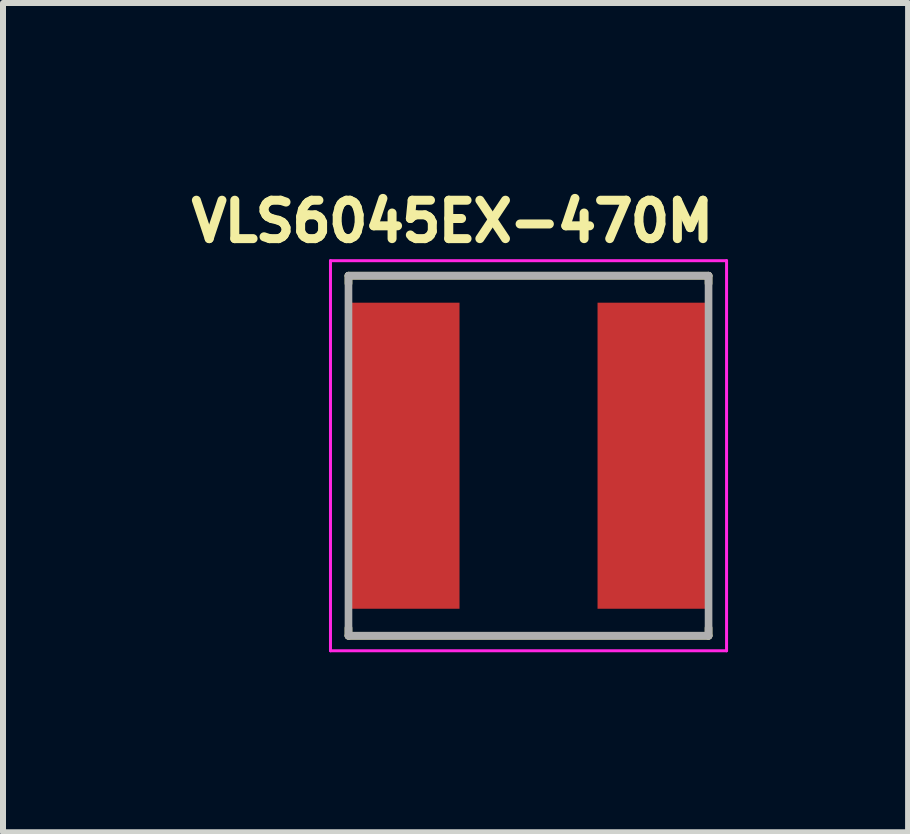
<source format=kicad_pcb>
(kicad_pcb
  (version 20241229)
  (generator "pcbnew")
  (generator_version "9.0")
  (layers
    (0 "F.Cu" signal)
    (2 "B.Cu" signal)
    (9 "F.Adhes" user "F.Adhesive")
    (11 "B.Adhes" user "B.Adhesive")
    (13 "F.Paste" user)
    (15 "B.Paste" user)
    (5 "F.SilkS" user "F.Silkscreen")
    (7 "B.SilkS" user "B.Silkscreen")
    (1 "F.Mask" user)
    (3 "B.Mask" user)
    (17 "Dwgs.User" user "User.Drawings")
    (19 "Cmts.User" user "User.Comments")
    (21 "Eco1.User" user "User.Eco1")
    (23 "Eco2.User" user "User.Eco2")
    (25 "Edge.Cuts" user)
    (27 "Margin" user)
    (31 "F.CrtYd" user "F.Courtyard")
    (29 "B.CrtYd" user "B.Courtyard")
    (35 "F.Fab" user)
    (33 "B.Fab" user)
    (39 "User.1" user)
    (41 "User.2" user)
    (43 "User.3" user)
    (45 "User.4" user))
  (footprint "VLS6045EX-470M"
    (layer "F.Cu")
    (at 5.757 4.544)
    (property "Reference" "VLS6045EX-470M" (at -1.268 -3.906 0) (layer "F.SilkS") (effects (font (size 0.64 0.64) (thickness 0.15))))
    (attr smd)
    (fp_line (start -3 -3) (end -3 -2.87) (stroke (width 0.127) (type solid)) (layer "F.SilkS"))
    (fp_line (start -3 -3) (end 3 -3) (stroke (width 0.127) (type solid)) (layer "F.SilkS"))
    (fp_line (start -3 3) (end -3 2.87) (stroke (width 0.127) (type solid)) (layer "F.SilkS"))
    (fp_line (start -3 3) (end 3 3) (stroke (width 0.127) (type solid)) (layer "F.SilkS"))
    (fp_line (start 3 -3) (end 3 -2.87) (stroke (width 0.127) (type solid)) (layer "F.SilkS"))
    (fp_line (start 3 3) (end 3 2.87) (stroke (width 0.127) (type solid)) (layer "F.SilkS"))
    (fp_line (start -3.3 -3.25) (end -3.3 3.25) (stroke (width 0.05) (type solid)) (layer "F.CrtYd"))
    (fp_line (start -3.3 3.25) (end 3.3 3.25) (stroke (width 0.05) (type solid)) (layer "F.CrtYd"))
    (fp_line (start 3.3 -3.25) (end -3.3 -3.25) (stroke (width 0.05) (type solid)) (layer "F.CrtYd"))
    (fp_line (start 3.3 3.25) (end 3.3 -3.25) (stroke (width 0.05) (type solid)) (layer "F.CrtYd"))
    (fp_line (start -3 -3) (end -3 3) (stroke (width 0.127) (type solid)) (layer "F.Fab"))
    (fp_line (start -3 -3) (end 3 -3) (stroke (width 0.127) (type solid)) (layer "F.Fab"))
    (fp_line (start -3 3) (end 3 3) (stroke (width 0.127) (type solid)) (layer "F.Fab"))
    (fp_line (start 3 -3) (end 3 3) (stroke (width 0.127) (type solid)) (layer "F.Fab"))
    (pad "1" smd rect (at -2.1 0) (size 1.9 5.1) (layers "F.Cu" "F.Mask" "F.Paste"))
    (pad "2" smd rect (at 2.1 0) (size 1.9 5.1) (layers "F.Cu" "F.Mask" "F.Paste")))
  (gr_rect
    (start -3 -3)
    (end 12.082 10.819)
    (stroke (width 0.1) (type default))
    (fill no)
    (layer "Edge.Cuts")))
</source>
